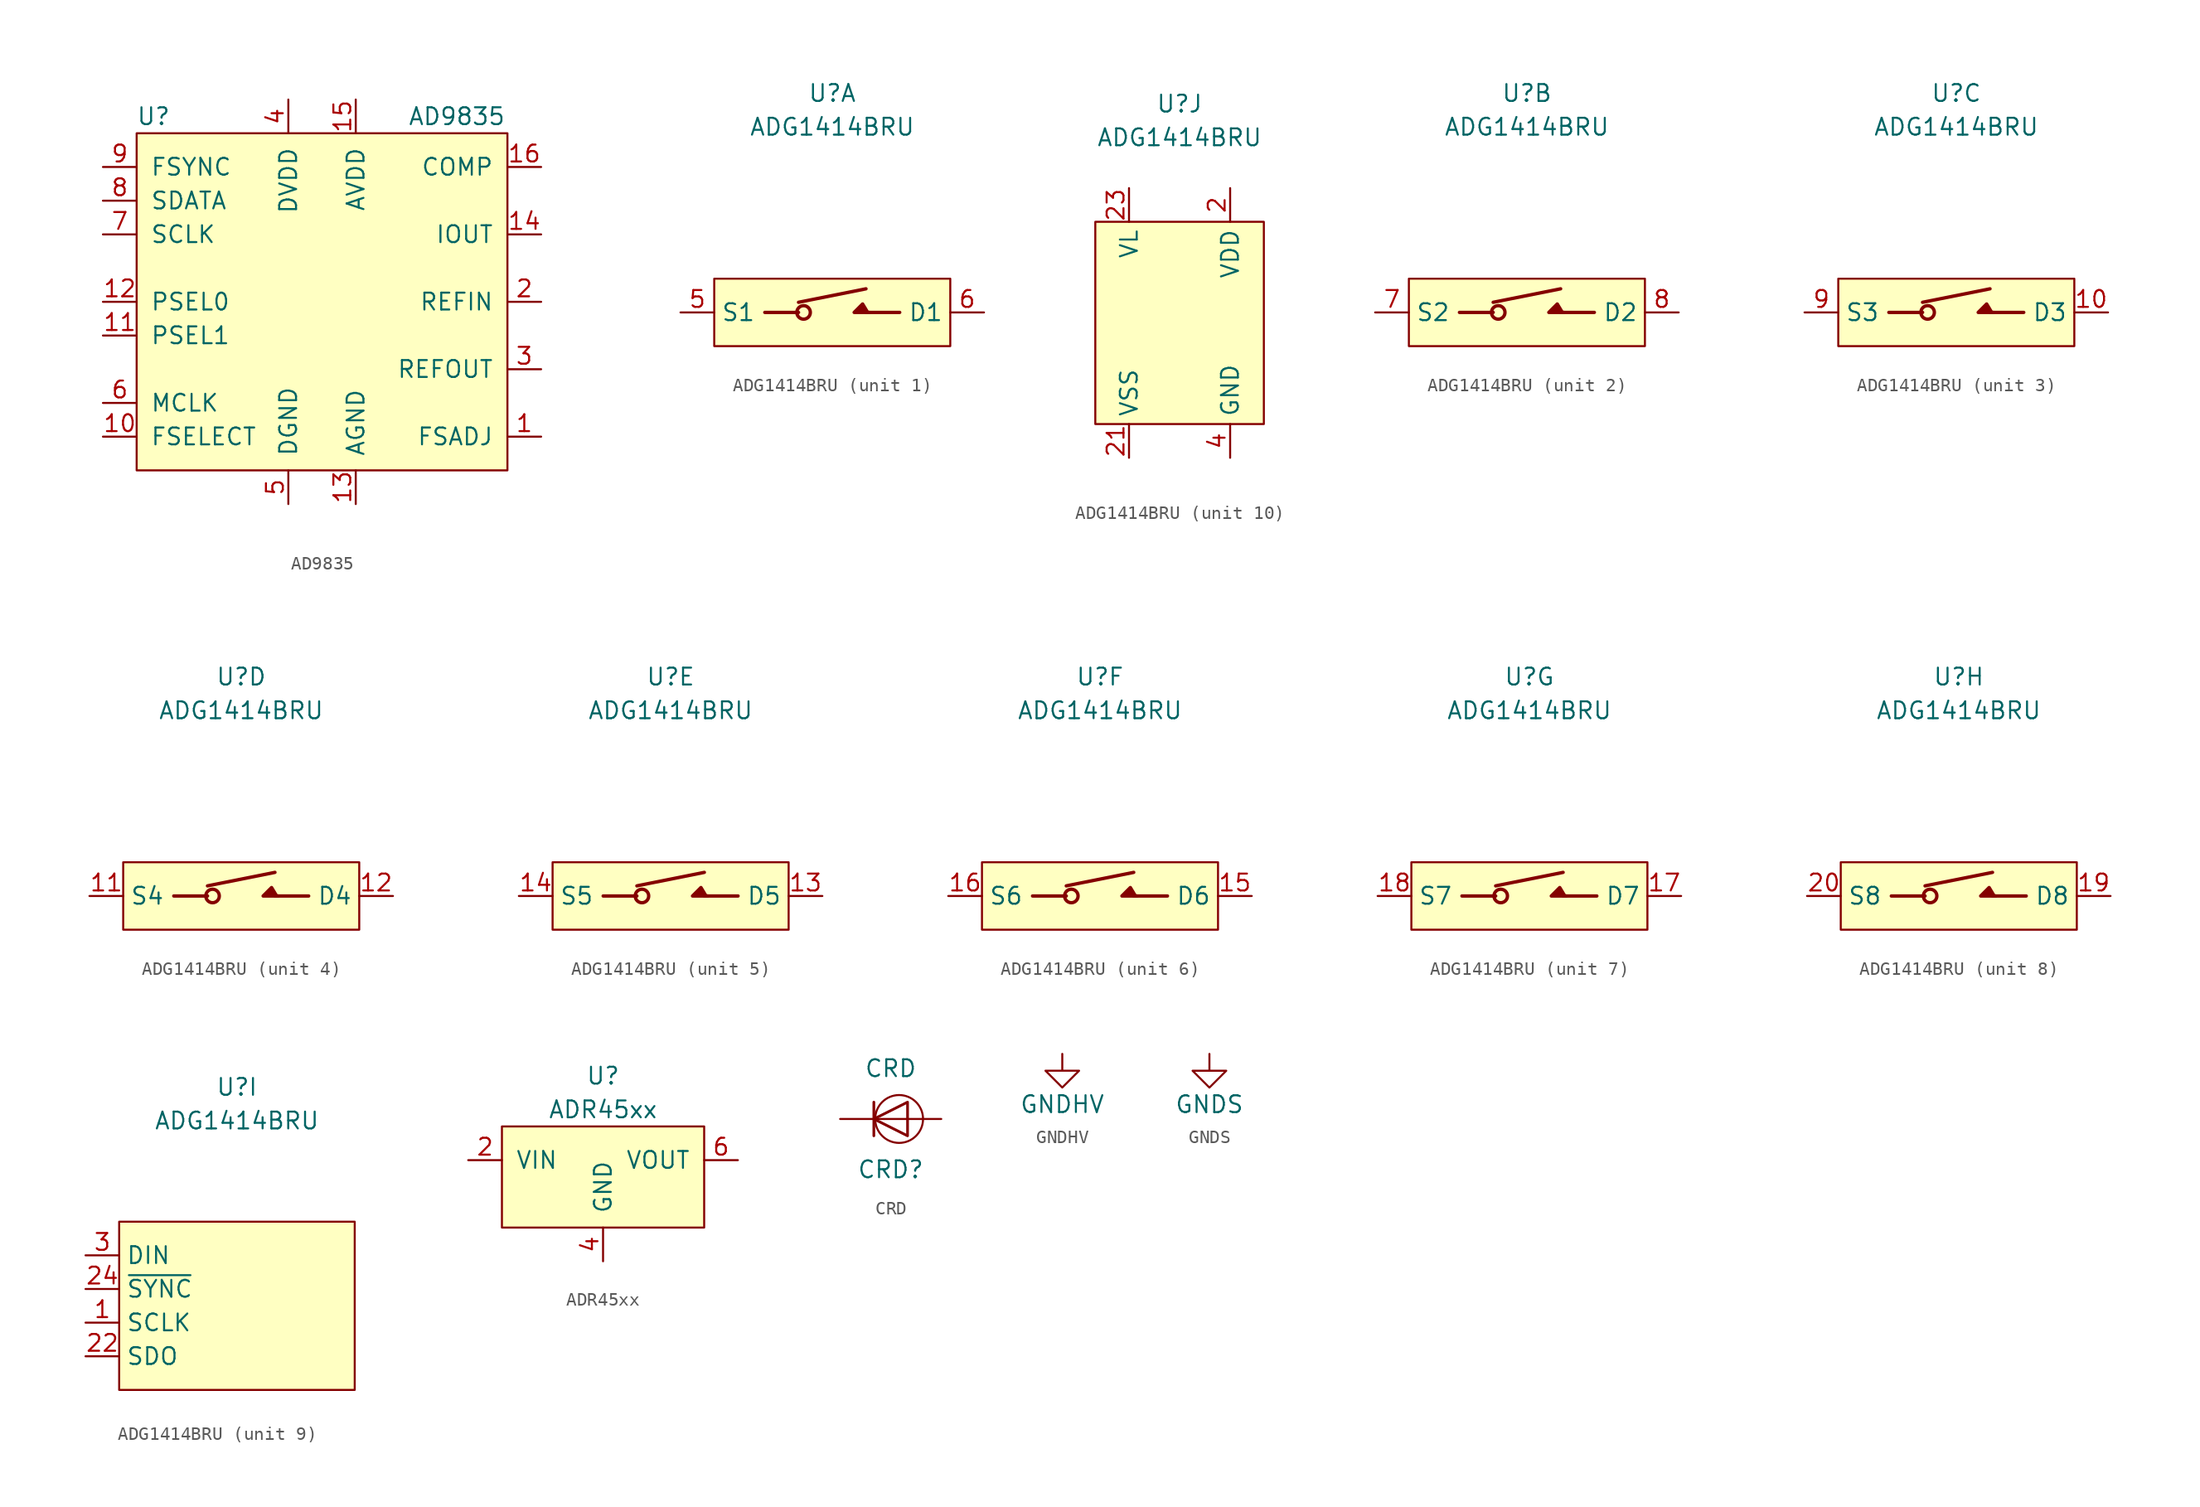
<source format=kicad_sym>
(kicad_symbol_lib
  (version 20220914)
  (generator kicad_symbol_editor)
  (symbol "AD9835"
    (pin_names
      (offset 1.016))
    (property "Reference" "U"
      (at -12.7 13.97 0)
      (effects (font (size 1.27 1.27))))
    (property "Value" "AD9835"
      (at 10.16 13.97 0)
      (effects (font (size 1.27 1.27))))
    (symbol "AD9835_0_1"
      (rectangle (start -13.97 12.7) (end 13.97 -12.7) (stroke (width 0) (type solid)) (fill (type background))))
    (symbol "AD9835_1_1"
      (pin input line (at 16.51 -10.16 180) (length 2.54) (name "FSADJ" (effects (font (size 1.27 1.27)))) (number "1" (effects (font (size 1.27 1.27)))))
      (pin input line (at -16.51 -10.16 0) (length 2.54) (name "FSELECT" (effects (font (size 1.27 1.27)))) (number "10" (effects (font (size 1.27 1.27)))))
      (pin input line (at -16.51 -2.54 0) (length 2.54) (name "PSEL1" (effects (font (size 1.27 1.27)))) (number "11" (effects (font (size 1.27 1.27)))))
      (pin input line (at -16.51 0 0) (length 2.54) (name "PSEL0" (effects (font (size 1.27 1.27)))) (number "12" (effects (font (size 1.27 1.27)))))
      (pin passive line (at 2.54 -15.24 90) (length 2.54) (name "AGND" (effects (font (size 1.27 1.27)))) (number "13" (effects (font (size 1.27 1.27)))))
      (pin output line (at 16.51 5.08 180) (length 2.54) (name "IOUT" (effects (font (size 1.27 1.27)))) (number "14" (effects (font (size 1.27 1.27)))))
      (pin passive line (at 2.54 15.24 270) (length 2.54) (name "AVDD" (effects (font (size 1.27 1.27)))) (number "15" (effects (font (size 1.27 1.27)))))
      (pin input line (at 16.51 10.16 180) (length 2.54) (name "COMP" (effects (font (size 1.27 1.27)))) (number "16" (effects (font (size 1.27 1.27)))))
      (pin input line (at 16.51 0 180) (length 2.54) (name "REFIN" (effects (font (size 1.27 1.27)))) (number "2" (effects (font (size 1.27 1.27)))))
      (pin output line (at 16.51 -5.08 180) (length 2.54) (name "REFOUT" (effects (font (size 1.27 1.27)))) (number "3" (effects (font (size 1.27 1.27)))))
      (pin passive line (at -2.54 15.24 270) (length 2.54) (name "DVDD" (effects (font (size 1.27 1.27)))) (number "4" (effects (font (size 1.27 1.27)))))
      (pin passive line (at -2.54 -15.24 90) (length 2.54) (name "DGND" (effects (font (size 1.27 1.27)))) (number "5" (effects (font (size 1.27 1.27)))))
      (pin input line (at -16.51 -7.62 0) (length 2.54) (name "MCLK" (effects (font (size 1.27 1.27)))) (number "6" (effects (font (size 1.27 1.27)))))
      (pin input line (at -16.51 5.08 0) (length 2.54) (name "SCLK" (effects (font (size 1.27 1.27)))) (number "7" (effects (font (size 1.27 1.27)))))
      (pin input line (at -16.51 7.62 0) (length 2.54) (name "SDATA" (effects (font (size 1.27 1.27)))) (number "8" (effects (font (size 1.27 1.27)))))
      (pin input line (at -16.51 10.16 0) (length 2.54) (name "FSYNC" (effects (font (size 1.27 1.27)))) (number "9" (effects (font (size 1.27 1.27)))))))
  (symbol "ADG1414BRU"
    (property "Reference" "U"
      (at 0 16.51 0)
      (effects (font (size 1.27 1.27))))
    (property "Value" "ADG1414BRU"
      (at 0 13.97 0)
      (effects (font (size 1.27 1.27))))
    (symbol "ADG1414BRU_1_0"
      (polyline (pts (xy 2.794 0) (xy 1.651 0) (xy 2.286 0.635) (xy 2.667 0)) (stroke (width 0.254) (type solid)) (fill (type outline))))
    (symbol "ADG1414BRU_1_1"
      (rectangle (start -8.89 2.54) (end 8.89 -2.54) (stroke (width 0) (type solid)) (fill (type background)))
      (circle (center -2.159 0) (radius 0.508) (stroke (width 0.254) (type solid)) (fill (type none)))
      (polyline (pts (xy -5.08 0) (xy -2.54 0)) (stroke (width 0.254) (type solid)) (fill (type none)))
      (polyline (pts (xy -2.54 0.762) (xy 2.54 1.778)) (stroke (width 0.254) (type solid)) (fill (type none)))
      (polyline (pts (xy 2.54 0) (xy 5.08 0)) (stroke (width 0.254) (type solid)) (fill (type none)))
      (pin passive line (at -11.43 0 0) (length 2.54) (name "S1" (effects (font (size 1.27 1.27)))) (number "5" (effects (font (size 1.27 1.27)))))
      (pin passive line (at 11.43 0 180) (length 2.54) (name "D1" (effects (font (size 1.27 1.27)))) (number "6" (effects (font (size 1.27 1.27))))))
    (symbol "ADG1414BRU_2_1"
      (rectangle (start -8.89 2.54) (end 8.89 -2.54) (stroke (width 0) (type solid)) (fill (type background)))
      (circle (center -2.159 0) (radius 0.508) (stroke (width 0.254) (type solid)) (fill (type none)))
      (polyline (pts (xy -5.08 0) (xy -2.54 0)) (stroke (width 0.254) (type solid)) (fill (type none)))
      (polyline (pts (xy -2.54 0.762) (xy 2.54 1.778)) (stroke (width 0.254) (type solid)) (fill (type none)))
      (polyline (pts (xy 2.54 0) (xy 5.08 0)) (stroke (width 0.254) (type solid)) (fill (type none)))
      (polyline (pts (xy 2.794 0) (xy 1.651 0) (xy 2.286 0.635) (xy 2.667 0)) (stroke (width 0.254) (type solid)) (fill (type outline)))
      (pin passive line (at -11.43 0 0) (length 2.54) (name "S2" (effects (font (size 1.27 1.27)))) (number "7" (effects (font (size 1.27 1.27)))))
      (pin passive line (at 11.43 0 180) (length 2.54) (name "D2" (effects (font (size 1.27 1.27)))) (number "8" (effects (font (size 1.27 1.27))))))
    (symbol "ADG1414BRU_3_1"
      (rectangle (start -8.89 2.54) (end 8.89 -2.54) (stroke (width 0) (type solid)) (fill (type background)))
      (circle (center -2.159 0) (radius 0.508) (stroke (width 0.254) (type solid)) (fill (type none)))
      (polyline (pts (xy -5.08 0) (xy -2.54 0)) (stroke (width 0.254) (type solid)) (fill (type none)))
      (polyline (pts (xy -2.54 0.762) (xy 2.54 1.778)) (stroke (width 0.254) (type solid)) (fill (type none)))
      (polyline (pts (xy 2.54 0) (xy 5.08 0)) (stroke (width 0.254) (type solid)) (fill (type none)))
      (polyline (pts (xy 2.794 0) (xy 1.651 0) (xy 2.286 0.635) (xy 2.667 0)) (stroke (width 0.254) (type solid)) (fill (type outline)))
      (pin passive line (at 11.43 0 180) (length 2.54) (name "D3" (effects (font (size 1.27 1.27)))) (number "10" (effects (font (size 1.27 1.27)))))
      (pin passive line (at -11.43 0 0) (length 2.54) (name "S3" (effects (font (size 1.27 1.27)))) (number "9" (effects (font (size 1.27 1.27))))))
    (symbol "ADG1414BRU_4_1"
      (rectangle (start -8.89 2.54) (end 8.89 -2.54) (stroke (width 0) (type solid)) (fill (type background)))
      (circle (center -2.159 0) (radius 0.508) (stroke (width 0.254) (type solid)) (fill (type none)))
      (polyline (pts (xy -5.08 0) (xy -2.54 0)) (stroke (width 0.254) (type solid)) (fill (type none)))
      (polyline (pts (xy -2.54 0.762) (xy 2.54 1.778)) (stroke (width 0.254) (type solid)) (fill (type none)))
      (polyline (pts (xy 2.54 0) (xy 5.08 0)) (stroke (width 0.254) (type solid)) (fill (type none)))
      (polyline (pts (xy 2.794 0) (xy 1.651 0) (xy 2.286 0.635) (xy 2.667 0)) (stroke (width 0.254) (type solid)) (fill (type outline)))
      (pin passive line (at -11.43 0 0) (length 2.54) (name "S4" (effects (font (size 1.27 1.27)))) (number "11" (effects (font (size 1.27 1.27)))))
      (pin passive line (at 11.43 0 180) (length 2.54) (name "D4" (effects (font (size 1.27 1.27)))) (number "12" (effects (font (size 1.27 1.27))))))
    (symbol "ADG1414BRU_5_1"
      (rectangle (start -8.89 2.54) (end 8.89 -2.54) (stroke (width 0) (type solid)) (fill (type background)))
      (circle (center -2.159 0) (radius 0.508) (stroke (width 0.254) (type solid)) (fill (type none)))
      (polyline (pts (xy -5.08 0) (xy -2.54 0)) (stroke (width 0.254) (type solid)) (fill (type none)))
      (polyline (pts (xy -2.54 0.762) (xy 2.54 1.778)) (stroke (width 0.254) (type solid)) (fill (type none)))
      (polyline (pts (xy 2.54 0) (xy 5.08 0)) (stroke (width 0.254) (type solid)) (fill (type none)))
      (polyline (pts (xy 2.794 0) (xy 1.651 0) (xy 2.286 0.635) (xy 2.667 0)) (stroke (width 0.254) (type solid)) (fill (type outline)))
      (pin passive line (at 11.43 0 180) (length 2.54) (name "D5" (effects (font (size 1.27 1.27)))) (number "13" (effects (font (size 1.27 1.27)))))
      (pin passive line (at -11.43 0 0) (length 2.54) (name "S5" (effects (font (size 1.27 1.27)))) (number "14" (effects (font (size 1.27 1.27))))))
    (symbol "ADG1414BRU_6_1"
      (rectangle (start -8.89 2.54) (end 8.89 -2.54) (stroke (width 0) (type solid)) (fill (type background)))
      (circle (center -2.159 0) (radius 0.508) (stroke (width 0.254) (type solid)) (fill (type none)))
      (polyline (pts (xy -5.08 0) (xy -2.54 0)) (stroke (width 0.254) (type solid)) (fill (type none)))
      (polyline (pts (xy -2.54 0.762) (xy 2.54 1.778)) (stroke (width 0.254) (type solid)) (fill (type none)))
      (polyline (pts (xy 2.54 0) (xy 5.08 0)) (stroke (width 0.254) (type solid)) (fill (type none)))
      (polyline (pts (xy 2.794 0) (xy 1.651 0) (xy 2.286 0.635) (xy 2.667 0)) (stroke (width 0.254) (type solid)) (fill (type outline)))
      (pin passive line (at 11.43 0 180) (length 2.54) (name "D6" (effects (font (size 1.27 1.27)))) (number "15" (effects (font (size 1.27 1.27)))))
      (pin passive line (at -11.43 0 0) (length 2.54) (name "S6" (effects (font (size 1.27 1.27)))) (number "16" (effects (font (size 1.27 1.27))))))
    (symbol "ADG1414BRU_7_1"
      (rectangle (start -8.89 2.54) (end 8.89 -2.54) (stroke (width 0) (type solid)) (fill (type background)))
      (circle (center -2.159 0) (radius 0.508) (stroke (width 0.254) (type solid)) (fill (type none)))
      (polyline (pts (xy -5.08 0) (xy -2.54 0)) (stroke (width 0.254) (type solid)) (fill (type none)))
      (polyline (pts (xy -2.54 0.762) (xy 2.54 1.778)) (stroke (width 0.254) (type solid)) (fill (type none)))
      (polyline (pts (xy 2.54 0) (xy 5.08 0)) (stroke (width 0.254) (type solid)) (fill (type none)))
      (polyline (pts (xy 2.794 0) (xy 1.651 0) (xy 2.286 0.635) (xy 2.667 0)) (stroke (width 0.254) (type solid)) (fill (type outline)))
      (pin passive line (at 11.43 0 180) (length 2.54) (name "D7" (effects (font (size 1.27 1.27)))) (number "17" (effects (font (size 1.27 1.27)))))
      (pin passive line (at -11.43 0 0) (length 2.54) (name "S7" (effects (font (size 1.27 1.27)))) (number "18" (effects (font (size 1.27 1.27))))))
    (symbol "ADG1414BRU_8_1"
      (rectangle (start -8.89 2.54) (end 8.89 -2.54) (stroke (width 0) (type solid)) (fill (type background)))
      (circle (center -2.159 0) (radius 0.508) (stroke (width 0.254) (type solid)) (fill (type none)))
      (polyline (pts (xy -5.08 0) (xy -2.54 0)) (stroke (width 0.254) (type solid)) (fill (type none)))
      (polyline (pts (xy -2.54 0.762) (xy 2.54 1.778)) (stroke (width 0.254) (type solid)) (fill (type none)))
      (polyline (pts (xy 2.54 0) (xy 5.08 0)) (stroke (width 0.254) (type solid)) (fill (type none)))
      (polyline (pts (xy 2.794 0) (xy 1.651 0) (xy 2.286 0.635) (xy 2.667 0)) (stroke (width 0.254) (type solid)) (fill (type outline)))
      (pin passive line (at 11.43 0 180) (length 2.54) (name "D8" (effects (font (size 1.27 1.27)))) (number "19" (effects (font (size 1.27 1.27)))))
      (pin passive line (at -11.43 0 0) (length 2.54) (name "S8" (effects (font (size 1.27 1.27)))) (number "20" (effects (font (size 1.27 1.27))))))
    (symbol "ADG1414BRU_9_1"
      (rectangle (start -8.89 6.35) (end 8.89 -6.35) (stroke (width 0) (type solid)) (fill (type background)))
      (pin input line (at -11.43 -1.27 0) (length 2.54) (name "SCLK" (effects (font (size 1.27 1.27)))) (number "1" (effects (font (size 1.27 1.27)))))
      (pin open_collector line (at -11.43 -3.81 0) (length 2.54) (name "SDO" (effects (font (size 1.27 1.27)))) (number "22" (effects (font (size 1.27 1.27)))))
      (pin input line (at -11.43 1.27 0) (length 2.54) (name "~{SYNC}" (effects (font (size 1.27 1.27)))) (number "24" (effects (font (size 1.27 1.27)))))
      (pin input line (at -11.43 3.81 0) (length 2.54) (name "DIN" (effects (font (size 1.27 1.27)))) (number "3" (effects (font (size 1.27 1.27))))))
    (symbol "ADG1414BRU_10_1"
      (rectangle (start -6.35 7.62) (end 6.35 -7.62) (stroke (width 0) (type solid)) (fill (type background)))
      (pin power_in line (at 3.81 10.16 270) (length 2.54) (name "VDD" (effects (font (size 1.27 1.27)))) (number "2" (effects (font (size 1.27 1.27)))))
      (pin power_in line (at -3.81 -10.16 90) (length 2.54) (name "VSS" (effects (font (size 1.27 1.27)))) (number "21" (effects (font (size 1.27 1.27)))))
      (pin power_in line (at -3.81 10.16 270) (length 2.54) (name "VL" (effects (font (size 1.27 1.27)))) (number "23" (effects (font (size 1.27 1.27)))))
      (pin power_in line (at 3.81 -10.16 90) (length 2.54) (name "GND" (effects (font (size 1.27 1.27)))) (number "4" (effects (font (size 1.27 1.27)))))))
  (symbol "ADR45xx"
    (pin_names
      (offset 1.016))
    (property "Reference" "U"
      (at 0 7.62 0)
      (effects (font (size 1.27 1.27))))
    (property "Value" "ADR45xx"
      (at 0 5.08 0)
      (effects (font (size 1.27 1.27))))
    (symbol "ADR45xx_0_1"
      (rectangle (start -7.62 3.81) (end 7.62 -3.81) (stroke (width 0) (type solid)) (fill (type background))))
    (symbol "ADR45xx_1_1"
      (pin no_connect non_logic (at -6.35 -3.81 270) (length 0) hide (name "NC" (effects (font (size 1.27 1.27)))) (number "1" (effects (font (size 1.27 1.27)))))
      (pin passive line (at -10.16 1.27 0) (length 2.54) (name "VIN" (effects (font (size 1.27 1.27)))) (number "2" (effects (font (size 1.27 1.27)))))
      (pin no_connect non_logic (at -3.81 -3.81 270) (length 0) hide (name "NC" (effects (font (size 1.27 1.27)))) (number "3" (effects (font (size 1.27 1.27)))))
      (pin passive line (at 0 -6.35 90) (length 2.54) (name "GND" (effects (font (size 1.27 1.27)))) (number "4" (effects (font (size 1.27 1.27)))))
      (pin no_connect non_logic (at 2.54 -3.81 270) (length 0) hide (name "NC" (effects (font (size 1.27 1.27)))) (number "5" (effects (font (size 1.27 1.27)))))
      (pin passive line (at 10.16 1.27 180) (length 2.54) (name "VOUT" (effects (font (size 1.27 1.27)))) (number "6" (effects (font (size 1.27 1.27)))))
      (pin no_connect non_logic (at 5.08 -3.81 270) (length 0) hide (name "NC" (effects (font (size 1.27 1.27)))) (number "7" (effects (font (size 1.27 1.27)))))
      (pin no_connect non_logic (at 7.62 -2.54 0) (length 0) hide (name "DNC" (effects (font (size 1.27 1.27)))) (number "8" (effects (font (size 1.27 1.27)))))))
  (symbol "CRD"
    (pin_numbers hide)
    (pin_names
      (offset 1.016) hide)
    (property "Reference" "CRD"
      (at 0 -3.81 0)
      (effects (font (size 1.27 1.27))))
    (property "Value" "CRD"
      (at 0 3.81 0)
      (effects (font (size 1.27 1.27))))
    (symbol "CRD_0_1"
      (polyline (pts (xy -1.27 1.27) (xy -1.27 -1.27)) (stroke (width 0.203) (type solid)) (fill (type none)))
      (polyline (pts (xy 1.27 0) (xy -1.27 0)) (stroke (width 0) (type solid)) (fill (type none)))
      (polyline (pts (xy 1.27 1.27) (xy 1.27 -1.27) (xy -1.27 0) (xy 1.27 1.27)) (stroke (width 0.203) (type solid)) (fill (type none)))
      (circle (center 0.635 0) (radius 1.803) (stroke (width 0) (type solid)) (fill (type none))))
    (symbol "CRD_1_1"
      (pin passive line (at -3.81 0 0) (length 2.54) (name "K" (effects (font (size 1.27 1.27)))) (number "1" (effects (font (size 1.27 1.27)))))
      (pin passive line (at 3.81 0 180) (length 2.54) (name "A" (effects (font (size 1.27 1.27)))) (number "2" (effects (font (size 1.27 1.27)))))))
  (symbol "GNDHV"
    (power)
    (pin_names
      (offset 0))
    (property "Reference" "#PWR"
      (at 0 -6.35 0)
      (effects (font (size 1.27 1.27)) hide))
    (property "Value" "GNDHV"
      (at 0 -3.81 0)
      (effects (font (size 1.27 1.27))))
    (symbol "GNDHV_0_1"
      (polyline (pts (xy 0 0) (xy 0 -1.27) (xy 1.27 -1.27) (xy 0 -2.54) (xy -1.27 -1.27) (xy 0 -1.27)) (stroke (width 0) (type solid)) (fill (type none))))
    (symbol "GNDHV_1_1"
      (pin power_in line (at 0 0 270) (length 0) hide (name "GNDHV" (effects (font (size 1.27 1.27)))) (number "1" (effects (font (size 1.27 1.27)))))))
  (symbol "GNDS"
    (power)
    (pin_names
      (offset 0))
    (property "Reference" "#PWR"
      (at 0 -6.35 0)
      (effects (font (size 1.27 1.27)) hide))
    (property "Value" "GNDS"
      (at 0 -3.81 0)
      (effects (font (size 1.27 1.27))))
    (symbol "GNDS_0_1"
      (polyline (pts (xy 0 0) (xy 0 -1.27) (xy 1.27 -1.27) (xy 0 -2.54) (xy -1.27 -1.27) (xy 0 -1.27)) (stroke (width 0) (type solid)) (fill (type none))))
    (symbol "GNDS_1_1"
      (pin power_in line (at 0 0 270) (length 0) hide (name "GNDS" (effects (font (size 1.27 1.27)))) (number "1" (effects (font (size 1.27 1.27))))))))
</source>
